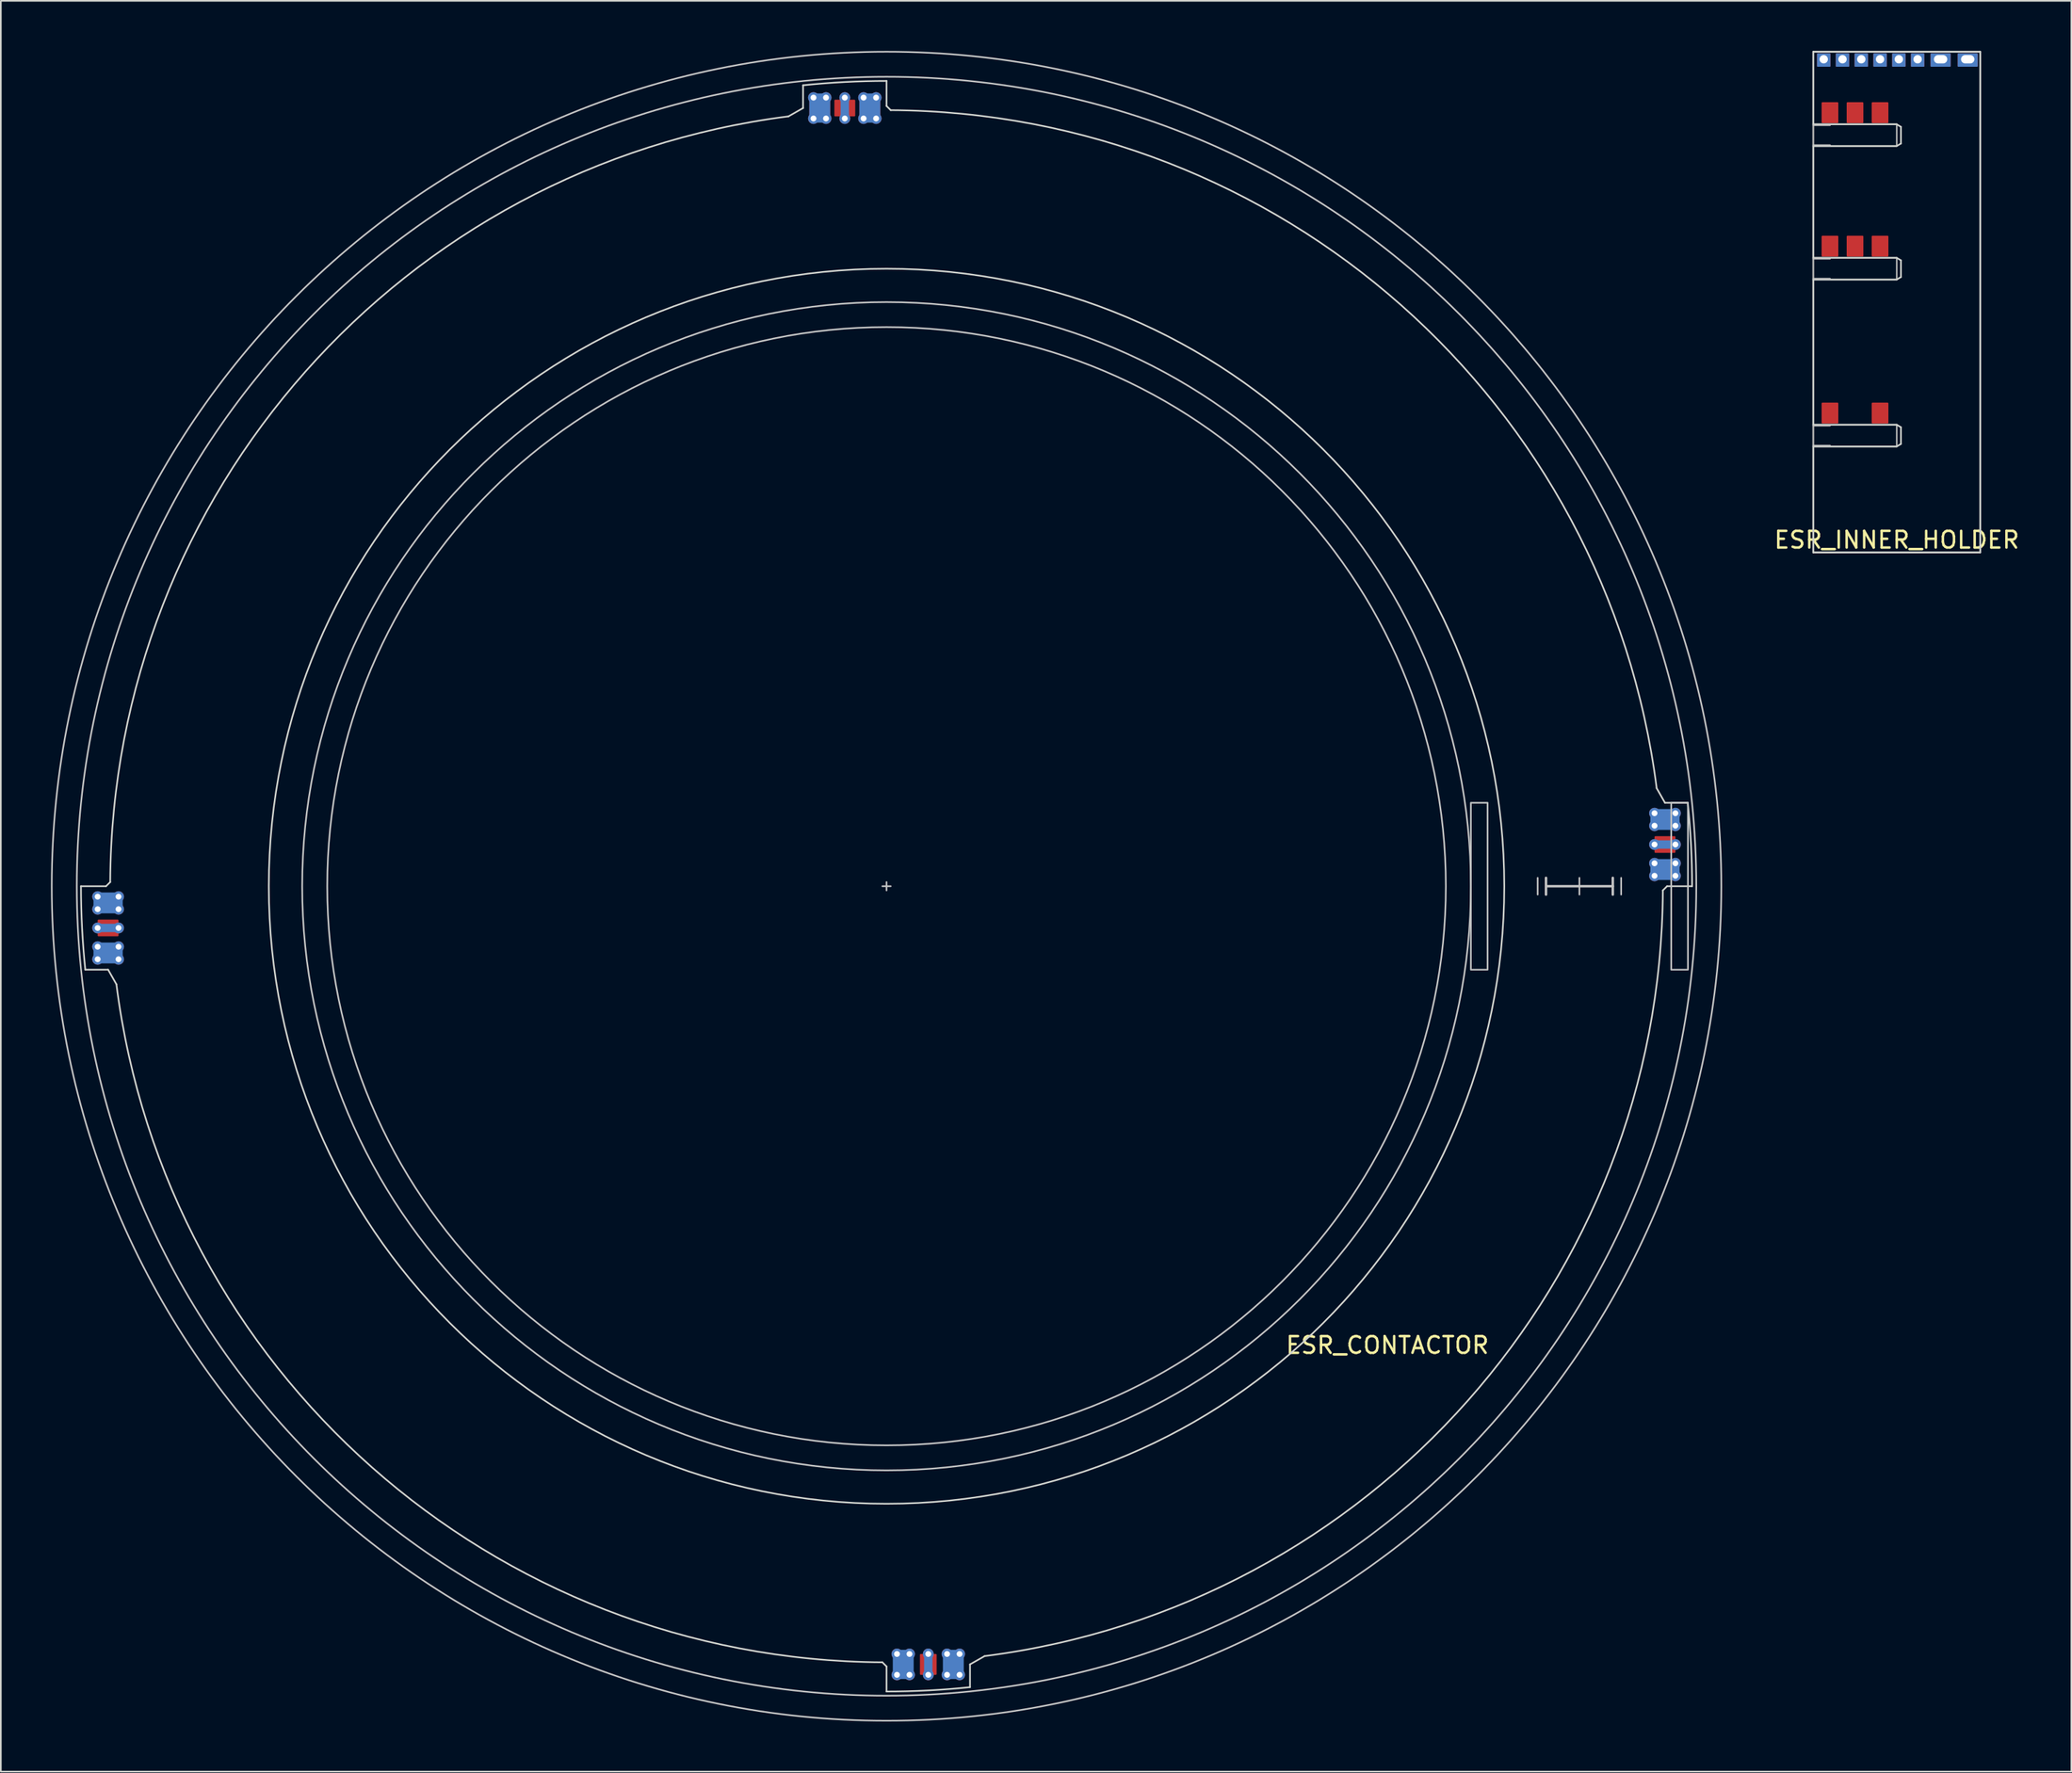
<source format=kicad_pcb>
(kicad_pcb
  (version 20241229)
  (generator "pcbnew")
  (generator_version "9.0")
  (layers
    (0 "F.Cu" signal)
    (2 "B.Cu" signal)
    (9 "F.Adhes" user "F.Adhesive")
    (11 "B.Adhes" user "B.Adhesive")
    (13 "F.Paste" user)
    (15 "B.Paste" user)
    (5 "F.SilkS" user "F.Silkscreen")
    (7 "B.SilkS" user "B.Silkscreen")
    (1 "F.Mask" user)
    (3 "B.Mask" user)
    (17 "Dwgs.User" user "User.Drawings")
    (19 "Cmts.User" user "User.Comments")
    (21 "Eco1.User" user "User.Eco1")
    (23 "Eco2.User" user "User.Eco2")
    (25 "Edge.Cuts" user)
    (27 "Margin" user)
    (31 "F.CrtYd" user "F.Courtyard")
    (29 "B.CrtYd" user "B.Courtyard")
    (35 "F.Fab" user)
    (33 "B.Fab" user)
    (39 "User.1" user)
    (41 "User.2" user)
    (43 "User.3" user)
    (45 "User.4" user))
  (footprint "ESR_CONTACTOR"
    (layer "F.Cu")
    (at 50.05 50.05)
    (property "Reference" "ESR_CONTACTOR" (at 30 27.5 0) (unlocked yes) (layer "F.SilkS") (effects (font (size 1 1) (thickness 0.15))))
    (attr through_hole)
    (fp_line (start -46 2.5) (end -47.25 2.5) (stroke (width 0.5) (type solid)) (layer "B.Cu"))
    (fp_line (start -2.5 -46) (end -2.5 -47.25) (stroke (width 0.5) (type solid)) (layer "B.Cu"))
    (fp_line (start 2.5 46) (end 2.5 47.25) (stroke (width 0.5) (type solid)) (layer "B.Cu"))
    (fp_line (start 46 -2.5) (end 47.25 -2.5) (stroke (width 0.5) (type solid)) (layer "B.Cu"))
    (fp_rect (start -46 1.375) (end -47.25 0.625) (stroke (width 0.5) (type solid)) (fill yes) (layer "B.Cu"))
    (fp_rect (start -46 4.375) (end -47.25 3.625) (stroke (width 0.5) (type solid)) (fill yes) (layer "B.Cu"))
    (fp_rect (start -4.375 -46) (end -3.625 -47.25) (stroke (width 0.5) (type solid)) (fill yes) (layer "B.Cu"))
    (fp_rect (start -1.375 -46) (end -0.625 -47.25) (stroke (width 0.5) (type solid)) (fill yes) (layer "B.Cu"))
    (fp_rect (start 1.375 46) (end 0.625 47.25) (stroke (width 0.5) (type solid)) (fill yes) (layer "B.Cu"))
    (fp_rect (start 4.375 46) (end 3.625 47.25) (stroke (width 0.5) (type solid)) (fill yes) (layer "B.Cu"))
    (fp_rect (start 46 -4.375) (end 47.25 -3.625) (stroke (width 0.5) (type solid)) (fill yes) (layer "B.Cu"))
    (fp_rect (start 46 -1.375) (end 47.25 -0.625) (stroke (width 0.5) (type solid)) (fill yes) (layer "B.Cu"))
    (fp_line (start -0.25 0) (end 0.25 0) (stroke (width 0.1) (type solid)) (layer "Dwgs.User"))
    (fp_line (start 0 0.25) (end 0 -0.25) (stroke (width 0.1) (type solid)) (layer "Dwgs.User"))
    (fp_line (start 39 -0.5) (end 39 0.5) (stroke (width 0.1) (type solid)) (layer "Dwgs.User"))
    (fp_line (start 39.5 -0.5) (end 39.5 0.5) (stroke (width 0.15) (type solid)) (layer "Dwgs.User"))
    (fp_line (start 39.5 0) (end 43.5 0) (stroke (width 0.15) (type solid)) (layer "Dwgs.User"))
    (fp_line (start 41.5 -0.5) (end 41.5 0.5) (stroke (width 0.1) (type solid)) (layer "Dwgs.User"))
    (fp_line (start 43.5 -0.5) (end 43.5 0.5) (stroke (width 0.15) (type solid)) (layer "Dwgs.User"))
    (fp_line (start 44 -0.5) (end 44 0.5) (stroke (width 0.1) (type solid)) (layer "Dwgs.User"))
    (fp_rect (start 35 -5) (end 36 5) (stroke (width 0.1) (type solid)) (fill no) (layer "Dwgs.User"))
    (fp_rect (start 47 -5) (end 48 5) (stroke (width 0.1) (type solid)) (fill no) (layer "Dwgs.User"))
    (fp_circle (center 0 0) (end 33.5 0) (stroke (width 0.1) (type solid)) (fill no) (layer "Dwgs.User"))
    (fp_circle (center 0 0) (end 35 0) (stroke (width 0.1) (type solid)) (fill no) (layer "Dwgs.User"))
    (fp_circle (center 0 0) (end 48.5 0) (stroke (width 0.1) (type solid)) (fill no) (layer "Dwgs.User"))
    (fp_circle (center 0 0) (end 50 0) (stroke (width 0.1) (type solid)) (fill no) (layer "Dwgs.User"))
    (fp_line (start -47.99 4.999) (end -46.625 5) (stroke (width 0.1) (type solid)) (layer "Edge.Cuts"))
    (fp_line (start -46.75 0) (end -48.25 0) (stroke (width 0.1) (type solid)) (layer "Edge.Cuts"))
    (fp_line (start -46.625 5) (end -46.127 5.875) (stroke (width 0.1) (type solid)) (layer "Edge.Cuts"))
    (fp_line (start -46.499 -0.25) (end -46.75 0) (stroke (width 0.1) (type solid)) (layer "Edge.Cuts"))
    (fp_line (start -5 -46.625) (end -5.875 -46.127) (stroke (width 0.1) (type solid)) (layer "Edge.Cuts"))
    (fp_line (start -4.999 -47.99) (end -5 -46.625) (stroke (width 0.1) (type solid)) (layer "Edge.Cuts"))
    (fp_line (start -0.25 46.499) (end 0 46.75) (stroke (width 0.1) (type solid)) (layer "Edge.Cuts"))
    (fp_line (start 0 -46.75) (end 0 -48.25) (stroke (width 0.1) (type solid)) (layer "Edge.Cuts"))
    (fp_line (start 0 46.75) (end 0 48.25) (stroke (width 0.1) (type solid)) (layer "Edge.Cuts"))
    (fp_line (start 0.25 -46.499) (end 0 -46.75) (stroke (width 0.1) (type solid)) (layer "Edge.Cuts"))
    (fp_line (start 4.999 47.99) (end 5 46.625) (stroke (width 0.1) (type solid)) (layer "Edge.Cuts"))
    (fp_line (start 5 46.625) (end 5.875 46.127) (stroke (width 0.1) (type solid)) (layer "Edge.Cuts"))
    (fp_line (start 46.499 0.25) (end 46.75 0) (stroke (width 0.1) (type solid)) (layer "Edge.Cuts"))
    (fp_line (start 46.625 -5) (end 46.127 -5.875) (stroke (width 0.1) (type solid)) (layer "Edge.Cuts"))
    (fp_line (start 46.75 0) (end 48.25 0) (stroke (width 0.1) (type solid)) (layer "Edge.Cuts"))
    (fp_line (start 47.99 -4.999) (end 46.625 -5) (stroke (width 0.1) (type solid)) (layer "Edge.Cuts"))
    (fp_arc (start -47.990337 4.998994) (mid -48.184529 2.50284) (end -48.25 0) (stroke (width 0.1) (type solid)) (layer "Edge.Cuts"))
    (fp_arc (start -46.499328 -0.249996) (mid -34.813185 -30.826809) (end -5.875297 -46.127333) (stroke (width 0.1) (type solid)) (layer "Edge.Cuts"))
    (fp_arc (start -4.998994 -47.990337) (mid -2.50284 -48.184529) (end 0 -48.25) (stroke (width 0.1) (type solid)) (layer "Edge.Cuts"))
    (fp_arc (start -0.249996 46.499328) (mid -30.826809 34.813185) (end -46.127333 5.875297) (stroke (width 0.1) (type solid)) (layer "Edge.Cuts"))
    (fp_arc (start 0.249996 -46.499328) (mid 30.826809 -34.813185) (end 46.127333 -5.875297) (stroke (width 0.1) (type solid)) (layer "Edge.Cuts"))
    (fp_arc (start 4.998994 47.990337) (mid 2.50284 48.184529) (end 0 48.25) (stroke (width 0.1) (type solid)) (layer "Edge.Cuts"))
    (fp_arc (start 46.499328 0.249996) (mid 34.813185 30.826809) (end 5.875297 46.127333) (stroke (width 0.1) (type solid)) (layer "Edge.Cuts"))
    (fp_arc (start 47.990337 -4.998994) (mid 48.184529 -2.50284) (end 48.25 0) (stroke (width 0.1) (type solid)) (layer "Edge.Cuts"))
    (fp_circle (center 0 0) (end 37 0) (stroke (width 0.1) (type solid)) (fill no) (layer "Edge.Cuts"))
    (pad "1" thru_hole circle (at 46 -1.375) (size 0.65 0.65) (drill 0.35) (layers "*.Cu"))
    (pad "1" thru_hole circle (at 46 -0.625) (size 0.65 0.65) (drill 0.35) (layers "*.Cu"))
    (pad "1" smd roundrect (at 46.625 -1) (size 1.25 1) (layers "F.Cu" "F.Mask" "F.Paste") (roundrect_rratio 0.05))
    (pad "1" thru_hole circle (at 47.25 -1.375) (size 0.65 0.65) (drill 0.35) (layers "*.Cu"))
    (pad "1" thru_hole circle (at 47.25 -0.625) (size 0.65 0.65) (drill 0.35) (layers "*.Cu"))
    (pad "2" thru_hole circle (at 46 -2.5) (size 0.65 0.65) (drill 0.35) (layers "*.Cu"))
    (pad "2" smd roundrect (at 46.625 -2.5) (size 1.25 1) (layers "F.Cu" "F.Mask" "F.Paste") (roundrect_rratio 0.05))
    (pad "2" thru_hole circle (at 47.25 -2.5) (size 0.65 0.65) (drill 0.35) (layers "*.Cu"))
    (pad "3" thru_hole circle (at 46 -4.375) (size 0.65 0.65) (drill 0.35) (layers "*.Cu"))
    (pad "3" thru_hole circle (at 46 -3.625) (size 0.65 0.65) (drill 0.35) (layers "*.Cu"))
    (pad "3" smd roundrect (at 46.625 -4) (size 1.25 1) (layers "F.Cu" "F.Mask" "F.Paste") (roundrect_rratio 0.05))
    (pad "3" thru_hole circle (at 47.25 -4.375) (size 0.65 0.65) (drill 0.35) (layers "*.Cu"))
    (pad "3" thru_hole circle (at 47.25 -3.625) (size 0.65 0.65) (drill 0.35) (layers "*.Cu"))
    (pad "4" thru_hole circle (at -1.375 -47.25) (size 0.65 0.65) (drill 0.35) (layers "*.Cu"))
    (pad "4" thru_hole circle (at -1.375 -46) (size 0.65 0.65) (drill 0.35) (layers "*.Cu"))
    (pad "4" smd roundrect (at -1 -46.625) (size 1.25 1) (layers "F.Cu" "F.Mask" "F.Paste") (roundrect_rratio 0.05))
    (pad "4" thru_hole circle (at -0.625 -47.25) (size 0.65 0.65) (drill 0.35) (layers "*.Cu"))
    (pad "4" thru_hole circle (at -0.625 -46) (size 0.65 0.65) (drill 0.35) (layers "*.Cu"))
    (pad "5" thru_hole circle (at -2.5 -47.25) (size 0.65 0.65) (drill 0.35) (layers "*.Cu"))
    (pad "5" smd roundrect (at -2.5 -46.625) (size 1.25 1) (layers "F.Cu" "F.Mask" "F.Paste") (roundrect_rratio 0.05))
    (pad "5" thru_hole circle (at -2.5 -46) (size 0.65 0.65) (drill 0.35) (layers "*.Cu"))
    (pad "6" thru_hole circle (at -4.375 -47.25) (size 0.65 0.65) (drill 0.35) (layers "*.Cu"))
    (pad "6" thru_hole circle (at -4.375 -46) (size 0.65 0.65) (drill 0.35) (layers "*.Cu"))
    (pad "6" smd roundrect (at -4 -46.625) (size 1.25 1) (layers "F.Cu" "F.Mask" "F.Paste") (roundrect_rratio 0.05))
    (pad "6" thru_hole circle (at -3.625 -47.25) (size 0.65 0.65) (drill 0.35) (layers "*.Cu"))
    (pad "6" thru_hole circle (at -3.625 -46) (size 0.65 0.65) (drill 0.35) (layers "*.Cu"))
    (pad "7" thru_hole circle (at -47.25 0.625) (size 0.65 0.65) (drill 0.35) (layers "*.Cu"))
    (pad "7" thru_hole circle (at -47.25 1.375) (size 0.65 0.65) (drill 0.35) (layers "*.Cu"))
    (pad "7" smd roundrect (at -46.625 1 180) (size 1.25 1) (layers "F.Cu" "F.Mask" "F.Paste") (roundrect_rratio 0.05))
    (pad "7" thru_hole circle (at -46 0.625) (size 0.65 0.65) (drill 0.35) (layers "*.Cu"))
    (pad "7" thru_hole circle (at -46 1.375) (size 0.65 0.65) (drill 0.35) (layers "*.Cu"))
    (pad "8" thru_hole circle (at -47.25 2.5) (size 0.65 0.65) (drill 0.35) (layers "*.Cu"))
    (pad "8" smd roundrect (at -46.625 2.5 180) (size 1.25 1) (layers "F.Cu" "F.Mask" "F.Paste") (roundrect_rratio 0.05))
    (pad "8" thru_hole circle (at -46 2.5) (size 0.65 0.65) (drill 0.35) (layers "*.Cu"))
    (pad "9" thru_hole circle (at -47.25 3.625) (size 0.65 0.65) (drill 0.35) (layers "*.Cu"))
    (pad "9" thru_hole circle (at -47.25 4.375) (size 0.65 0.65) (drill 0.35) (layers "*.Cu"))
    (pad "9" smd roundrect (at -46.625 4 180) (size 1.25 1) (layers "F.Cu" "F.Mask" "F.Paste") (roundrect_rratio 0.05))
    (pad "9" thru_hole circle (at -46 3.625) (size 0.65 0.65) (drill 0.35) (layers "*.Cu"))
    (pad "9" thru_hole circle (at -46 4.375) (size 0.65 0.65) (drill 0.35) (layers "*.Cu"))
    (pad "10" thru_hole circle (at 0.625 46) (size 0.65 0.65) (drill 0.35) (layers "*.Cu"))
    (pad "10" thru_hole circle (at 0.625 47.25) (size 0.65 0.65) (drill 0.35) (layers "*.Cu"))
    (pad "10" smd roundrect (at 1 46.625 270) (size 1.25 1) (layers "F.Cu" "F.Mask" "F.Paste") (roundrect_rratio 0.05))
    (pad "10" thru_hole circle (at 1.375 46) (size 0.65 0.65) (drill 0.35) (layers "*.Cu"))
    (pad "10" thru_hole circle (at 1.375 47.25) (size 0.65 0.65) (drill 0.35) (layers "*.Cu"))
    (pad "11" thru_hole circle (at 2.5 46) (size 0.65 0.65) (drill 0.35) (layers "*.Cu"))
    (pad "11" smd roundrect (at 2.5 46.625 270) (size 1.25 1) (layers "F.Cu" "F.Mask" "F.Paste") (roundrect_rratio 0.05))
    (pad "11" thru_hole circle (at 2.5 47.25) (size 0.65 0.65) (drill 0.35) (layers "*.Cu"))
    (pad "12" thru_hole circle (at 3.625 46) (size 0.65 0.65) (drill 0.35) (layers "*.Cu"))
    (pad "12" thru_hole circle (at 3.625 47.25) (size 0.65 0.65) (drill 0.35) (layers "*.Cu"))
    (pad "12" smd roundrect (at 4 46.625 270) (size 1.25 1) (layers "F.Cu" "F.Mask" "F.Paste") (roundrect_rratio 0.05))
    (pad "12" thru_hole circle (at 4.375 46) (size 0.65 0.65) (drill 0.35) (layers "*.Cu"))
    (pad "12" thru_hole circle (at 4.375 47.25) (size 0.65 0.65) (drill 0.35) (layers "*.Cu")))
  (footprint "ESR_INNER_HOLDER"
    (layer "F.Cu")
    (at 110.558 30.05)
    (property "Reference" "ESR_INNER_HOLDER" (at 0 -0.75 0) (unlocked yes) (layer "F.SilkS") (effects (font (size 1 1) (thickness 0.15))))
    (attr through_hole)
    (fp_line (start -5 -25.6) (end -4 -25.6) (stroke (width 0.1) (type solid)) (layer "Dwgs.User"))
    (fp_line (start -5 -24.4) (end -4 -24.4) (stroke (width 0.1) (type solid)) (layer "Dwgs.User"))
    (fp_line (start -5 -17.6) (end -4 -17.6) (stroke (width 0.1) (type solid)) (layer "Dwgs.User"))
    (fp_line (start -5 -16.4) (end -4 -16.4) (stroke (width 0.1) (type solid)) (layer "Dwgs.User"))
    (fp_line (start -5 -7.6) (end -4 -7.6) (stroke (width 0.1) (type solid)) (layer "Dwgs.User"))
    (fp_line (start -5 -6.4) (end -4 -6.4) (stroke (width 0.1) (type solid)) (layer "Dwgs.User"))
    (fp_line (start -5 -30) (end -5 -25.65) (stroke (width 0.1) (type solid)) (layer "Edge.Cuts"))
    (fp_line (start -5 -25.65) (end 0 -25.65) (stroke (width 0.1) (type solid)) (layer "Edge.Cuts"))
    (fp_line (start -5 -24.35) (end -5 -17.65) (stroke (width 0.1) (type solid)) (layer "Edge.Cuts"))
    (fp_line (start -5 -17.65) (end 0 -17.65) (stroke (width 0.1) (type solid)) (layer "Edge.Cuts"))
    (fp_line (start -5 -16.35) (end -5 -7.65) (stroke (width 0.1) (type solid)) (layer "Edge.Cuts"))
    (fp_line (start -5 -7.65) (end 0 -7.65) (stroke (width 0.1) (type solid)) (layer "Edge.Cuts"))
    (fp_line (start -5 -6.35) (end -5 0) (stroke (width 0.1) (type solid)) (layer "Edge.Cuts"))
    (fp_line (start -5 0) (end 5 0) (stroke (width 0.1) (type solid)) (layer "Edge.Cuts"))
    (fp_line (start 0 -24.35) (end -5 -24.35) (stroke (width 0.1) (type solid)) (layer "Edge.Cuts"))
    (fp_line (start 0 -16.35) (end -5 -16.35) (stroke (width 0.1) (type solid)) (layer "Edge.Cuts"))
    (fp_line (start 0 -6.35) (end -5 -6.35) (stroke (width 0.1) (type solid)) (layer "Edge.Cuts"))
    (fp_line (start 0.25 -25.5) (end 0 -25.65) (stroke (width 0.1) (type solid)) (layer "Edge.Cuts"))
    (fp_line (start 0.25 -25.5) (end 0.25 -24.5) (stroke (width 0.1) (type solid)) (layer "Edge.Cuts"))
    (fp_line (start 0.25 -24.5) (end 0 -24.35) (stroke (width 0.1) (type solid)) (layer "Edge.Cuts"))
    (fp_line (start 0.25 -17.5) (end 0 -17.65) (stroke (width 0.1) (type solid)) (layer "Edge.Cuts"))
    (fp_line (start 0.25 -17.5) (end 0.25 -16.5) (stroke (width 0.1) (type solid)) (layer "Edge.Cuts"))
    (fp_line (start 0.25 -16.5) (end 0 -16.35) (stroke (width 0.1) (type solid)) (layer "Edge.Cuts"))
    (fp_line (start 0.25 -7.5) (end 0 -7.65) (stroke (width 0.1) (type solid)) (layer "Edge.Cuts"))
    (fp_line (start 0.25 -7.5) (end 0.25 -6.5) (stroke (width 0.1) (type solid)) (layer "Edge.Cuts"))
    (fp_line (start 0.25 -6.5) (end 0 -6.35) (stroke (width 0.1) (type solid)) (layer "Edge.Cuts"))
    (fp_line (start 5 -30) (end -5 -30) (stroke (width 0.1) (type solid)) (layer "Edge.Cuts"))
    (fp_line (start 5 0) (end 5 -30) (stroke (width 0.1) (type solid)) (layer "Edge.Cuts"))
    (fp_rect (start -5 -24.35) (end 0 -25.65) (stroke (width 0.1) (type solid)) (fill no) (layer "F.Fab"))
    (fp_rect (start -5 -16.35) (end 0 -17.65) (stroke (width 0.1) (type solid)) (fill no) (layer "F.Fab"))
    (fp_rect (start -5 -6.35) (end 0 -7.65) (stroke (width 0.1) (type solid)) (fill no) (layer "F.Fab"))
    (fp_rect (start -5 0) (end 5 -30) (stroke (width 0.1) (type solid)) (fill no) (layer "F.Fab"))
    (pad "1" smd roundrect (at -1 -8.35 90) (size 1.25 1) (layers "F.Cu" "F.Mask" "F.Paste") (roundrect_rratio 0.05))
    (pad "3" smd roundrect (at -4 -8.35 90) (size 1.25 1) (layers "F.Cu" "F.Mask" "F.Paste") (roundrect_rratio 0.05))
    (pad "4" smd roundrect (at -1 -18.35 90) (size 1.25 1) (layers "F.Cu" "F.Mask" "F.Paste") (roundrect_rratio 0.05))
    (pad "5" smd roundrect (at -2.5 -18.35 90) (size 1.25 1) (layers "F.Cu" "F.Mask" "F.Paste") (roundrect_rratio 0.05))
    (pad "6" smd roundrect (at -4 -18.35 90) (size 1.25 1) (layers "F.Cu" "F.Mask" "F.Paste") (roundrect_rratio 0.05))
    (pad "7" smd roundrect (at -1 -26.35 90) (size 1.25 1) (layers "F.Cu" "F.Mask" "F.Paste") (roundrect_rratio 0.05))
    (pad "8" smd roundrect (at -2.5 -26.35 90) (size 1.25 1) (layers "F.Cu" "F.Mask" "F.Paste") (roundrect_rratio 0.05))
    (pad "9" smd roundrect (at -4 -26.35 90) (size 1.25 1) (layers "F.Cu" "F.Mask" "F.Paste") (roundrect_rratio 0.05))
    (pad "A" thru_hole roundrect (at -4.375 -29.55) (size 0.8 0.8) (drill 0.5 (offset 0 0.05)) (layers "*.Cu" "*.Mask") (roundrect_rratio 0.05))
    (pad "B" thru_hole roundrect (at -3.25 -29.55) (size 0.8 0.8) (drill 0.5 (offset 0 0.05)) (layers "*.Cu" "*.Mask") (roundrect_rratio 0.05))
    (pad "C" thru_hole roundrect (at -2.125 -29.55) (size 0.8 0.8) (drill 0.5 (offset 0 0.05)) (layers "*.Cu" "*.Mask") (roundrect_rratio 0.05))
    (pad "D" thru_hole roundrect (at -1 -29.55) (size 0.8 0.8) (drill 0.5 (offset 0 0.05)) (layers "*.Cu" "*.Mask") (roundrect_rratio 0.05))
    (pad "E" thru_hole roundrect (at 0.125 -29.55) (size 0.8 0.8) (drill 0.5 (offset 0 0.05)) (layers "*.Cu" "*.Mask") (roundrect_rratio 0.05))
    (pad "F" thru_hole roundrect (at 1.25 -29.55) (size 0.8 0.8) (drill 0.5 (offset 0 0.05)) (layers "*.Cu" "*.Mask") (roundrect_rratio 0.05))
    (pad "G" thru_hole roundrect (at 2.625 -29.55) (size 1.2 0.8) (drill oval 0.8 0.5 (offset 0 0.05)) (layers "*.Cu" "*.Mask") (roundrect_rratio 0.05))
    (pad "H" thru_hole roundrect (at 4.25 -29.55) (size 1.2 0.8) (drill oval 0.8 0.5 (offset 0 0.05)) (layers "*.Cu" "*.Mask") (roundrect_rratio 0.05)))
  (gr_rect
    (start -3 -3)
    (end 121.017 103.1)
    (stroke (width 0.1) (type default))
    (fill no)
    (layer "Edge.Cuts")))
</source>
